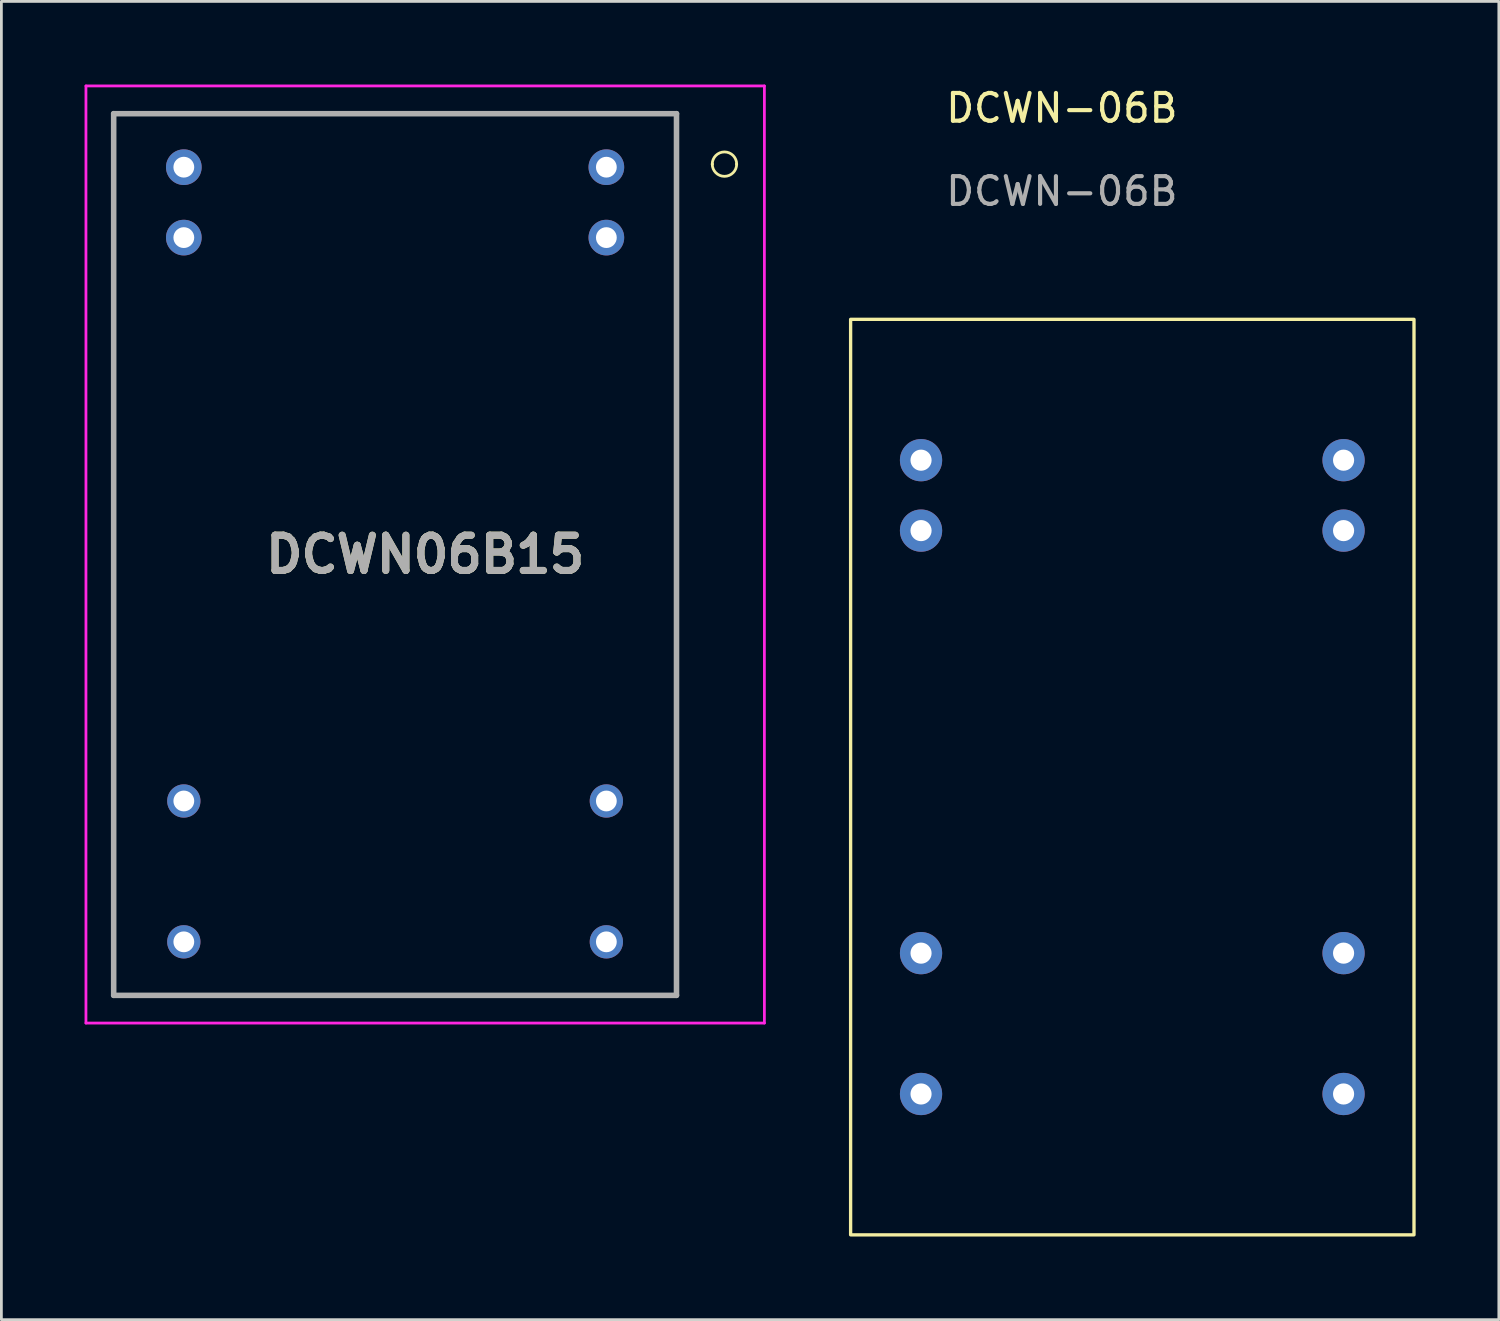
<source format=kicad_pcb>
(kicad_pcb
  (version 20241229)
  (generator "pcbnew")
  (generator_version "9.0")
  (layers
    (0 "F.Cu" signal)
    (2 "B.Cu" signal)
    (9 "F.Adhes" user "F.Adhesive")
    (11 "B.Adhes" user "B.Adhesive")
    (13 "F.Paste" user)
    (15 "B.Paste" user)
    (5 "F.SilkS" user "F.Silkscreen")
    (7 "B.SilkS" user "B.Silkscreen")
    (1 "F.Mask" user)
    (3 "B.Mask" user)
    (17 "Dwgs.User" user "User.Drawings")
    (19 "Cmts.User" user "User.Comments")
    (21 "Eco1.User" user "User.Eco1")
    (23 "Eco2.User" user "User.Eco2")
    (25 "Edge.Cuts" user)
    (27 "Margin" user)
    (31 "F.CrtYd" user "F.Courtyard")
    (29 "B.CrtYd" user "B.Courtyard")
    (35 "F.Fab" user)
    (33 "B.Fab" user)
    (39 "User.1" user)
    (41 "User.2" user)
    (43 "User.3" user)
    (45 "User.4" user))
  (footprint "DCWN06B15"
    (layer "F.Cu")
    (at 11.2 16.95)
    (property "Reference" "DCWN06B15" (at 1.085 0 0) (layer "F.SilkS") (effects (font (size 1.27 1.27) (thickness 0.254))))
    (attr through_hole)
    (fp_line (start -10.15 -15.9) (end 3 -15.9) (stroke (width 0.1) (type solid)) (layer "F.SilkS"))
    (fp_line (start -10.15 -3.3) (end -10.15 -15.9) (stroke (width 0.1) (type solid)) (layer "F.SilkS"))
    (fp_line (start -10.15 7.2) (end -10.15 -3.3) (stroke (width 0.1) (type solid)) (layer "F.SilkS"))
    (fp_line (start -10.15 9.6) (end -10.15 7.2) (stroke (width 0.1) (type solid)) (layer "F.SilkS"))
    (fp_line (start -10.15 15.9) (end -10.15 9.6) (stroke (width 0.1) (type solid)) (layer "F.SilkS"))
    (fp_line (start 3 -15.9) (end 10.15 -15.9) (stroke (width 0.1) (type solid)) (layer "F.SilkS"))
    (fp_line (start 7.8 15.9) (end -10.15 15.9) (stroke (width 0.1) (type solid)) (layer "F.SilkS"))
    (fp_line (start 7.8 15.9) (end 7.8 15.9) (stroke (width 0.1) (type solid)) (layer "F.SilkS"))
    (fp_line (start 10.15 -15.9) (end 10.15 -12.3) (stroke (width 0.1) (type solid)) (layer "F.SilkS"))
    (fp_line (start 10.15 -12.3) (end 10.15 -9) (stroke (width 0.1) (type solid)) (layer "F.SilkS"))
    (fp_line (start 10.15 -9) (end 10.15 1.2) (stroke (width 0.1) (type solid)) (layer "F.SilkS"))
    (fp_line (start 10.15 1.2) (end 10.15 1.2) (stroke (width 0.1) (type solid)) (layer "F.SilkS"))
    (fp_line (start 10.15 1.2) (end 10.15 5.4) (stroke (width 0.1) (type solid)) (layer "F.SilkS"))
    (fp_line (start 10.15 5.4) (end 10.15 15.9) (stroke (width 0.1) (type solid)) (layer "F.SilkS"))
    (fp_line (start 10.15 15.9) (end 7.8 15.9) (stroke (width 0.1) (type solid)) (layer "F.SilkS"))
    (fp_line (start 11.44 -14.08) (end 11.44 -14.08) (stroke (width 0.1) (type solid)) (layer "F.SilkS"))
    (fp_line (start 12.32 -14.08) (end 12.32 -14.08) (stroke (width 0.1) (type solid)) (layer "F.SilkS"))
    (fp_arc (start 11.44 -14.08) (mid 11.88 -14.52) (end 12.32 -14.08) (stroke (width 0.1) (type solid)) (layer "F.SilkS"))
    (fp_arc (start 12.32 -14.08) (mid 11.88 -13.64) (end 11.44 -14.08) (stroke (width 0.1) (type solid)) (layer "F.SilkS"))
    (fp_line (start -11.15 -16.9) (end 13.32 -16.9) (stroke (width 0.1) (type solid)) (layer "F.CrtYd"))
    (fp_line (start -11.15 16.9) (end -11.15 -16.9) (stroke (width 0.1) (type solid)) (layer "F.CrtYd"))
    (fp_line (start 13.32 -16.9) (end 13.32 16.9) (stroke (width 0.1) (type solid)) (layer "F.CrtYd"))
    (fp_line (start 13.32 16.9) (end -11.15 16.9) (stroke (width 0.1) (type solid)) (layer "F.CrtYd"))
    (fp_line (start -10.15 -15.9) (end 10.15 -15.9) (stroke (width 0.2) (type solid)) (layer "F.Fab"))
    (fp_line (start -10.15 15.9) (end -10.15 -15.9) (stroke (width 0.2) (type solid)) (layer "F.Fab"))
    (fp_line (start 10.15 -15.9) (end 10.15 15.9) (stroke (width 0.2) (type solid)) (layer "F.Fab"))
    (fp_line (start 10.15 15.9) (end -10.15 15.9) (stroke (width 0.2) (type solid)) (layer "F.Fab"))
    (fp_text user "${REFERENCE}" (at 1.085 0 0) (layer "F.Fab") (effects (font (size 1.27 1.27) (thickness 0.254))))
    (pad "2" thru_hole circle (at 7.62 -13.97) (size 1.286 1.286) (drill 0.75) (layers "*.Cu" "*.Mask"))
    (pad "3" thru_hole circle (at 7.62 -11.43) (size 1.286 1.286) (drill 0.75) (layers "*.Cu" "*.Mask"))
    (pad "9" thru_hole circle (at 7.62 8.89) (size 1.2 1.2) (drill 0.75) (layers "*.Cu" "*.Mask"))
    (pad "11" thru_hole circle (at 7.62 13.97) (size 1.2 1.2) (drill 0.75) (layers "*.Cu" "*.Mask"))
    (pad "14" thru_hole circle (at -7.62 13.97) (size 1.2 1.2) (drill 0.75) (layers "*.Cu" "*.Mask"))
    (pad "16" thru_hole circle (at -7.62 8.89) (size 1.2 1.2) (drill 0.75) (layers "*.Cu" "*.Mask"))
    (pad "22" thru_hole circle (at -7.62 -11.43) (size 1.286 1.286) (drill 0.75) (layers "*.Cu" "*.Mask"))
    (pad "23" thru_hole circle (at -7.62 -13.97) (size 1.286 1.286) (drill 0.75) (layers "*.Cu" "*.Mask")))
  (footprint "DCWN-06B"
    (layer "F.Cu")
    (at 45.41 13.548)
    (property "Reference" "DCWN-06B" (at -10.16 -12.7 0) (unlocked yes) (layer "F.SilkS") (effects (font (size 1 1) (thickness 0.15))))
    (attr through_hole)
    (fp_rect (start -17.78 27.94) (end 2.54 -5.08) (stroke (width 0.12) (type solid)) (fill no) (layer "F.SilkS"))
    (fp_text user "${REFERENCE}" (at -10.16 -9.7 0) (unlocked yes) (layer "F.Fab") (effects (font (size 1 1) (thickness 0.15))))
    (pad "2" thru_hole circle (at -15.24 0) (size 1.524 1.524) (drill 0.762) (layers "*.Cu" "*.Mask"))
    (pad "3" thru_hole circle (at -15.24 2.54) (size 1.524 1.524) (drill 0.762) (layers "*.Cu" "*.Mask"))
    (pad "9" thru_hole circle (at -15.24 17.78) (size 1.524 1.524) (drill 0.762) (layers "*.Cu" "*.Mask"))
    (pad "11" thru_hole circle (at -15.24 22.86) (size 1.524 1.524) (drill 0.762) (layers "*.Cu" "*.Mask"))
    (pad "14" thru_hole circle (at 0 22.86) (size 1.524 1.524) (drill 0.762) (layers "*.Cu" "*.Mask"))
    (pad "16" thru_hole circle (at 0 17.78) (size 1.524 1.524) (drill 0.762) (layers "*.Cu" "*.Mask"))
    (pad "22" thru_hole circle (at 0 2.54) (size 1.524 1.524) (drill 0.762) (layers "*.Cu" "*.Mask"))
    (pad "23" thru_hole circle (at 0 0) (size 1.524 1.524) (drill 0.762) (layers "*.Cu" "*.Mask")))
  (gr_rect
    (start -3 -3)
    (end 51.01 44.548)
    (stroke (width 0.1) (type default))
    (fill no)
    (layer "Edge.Cuts")))
</source>
